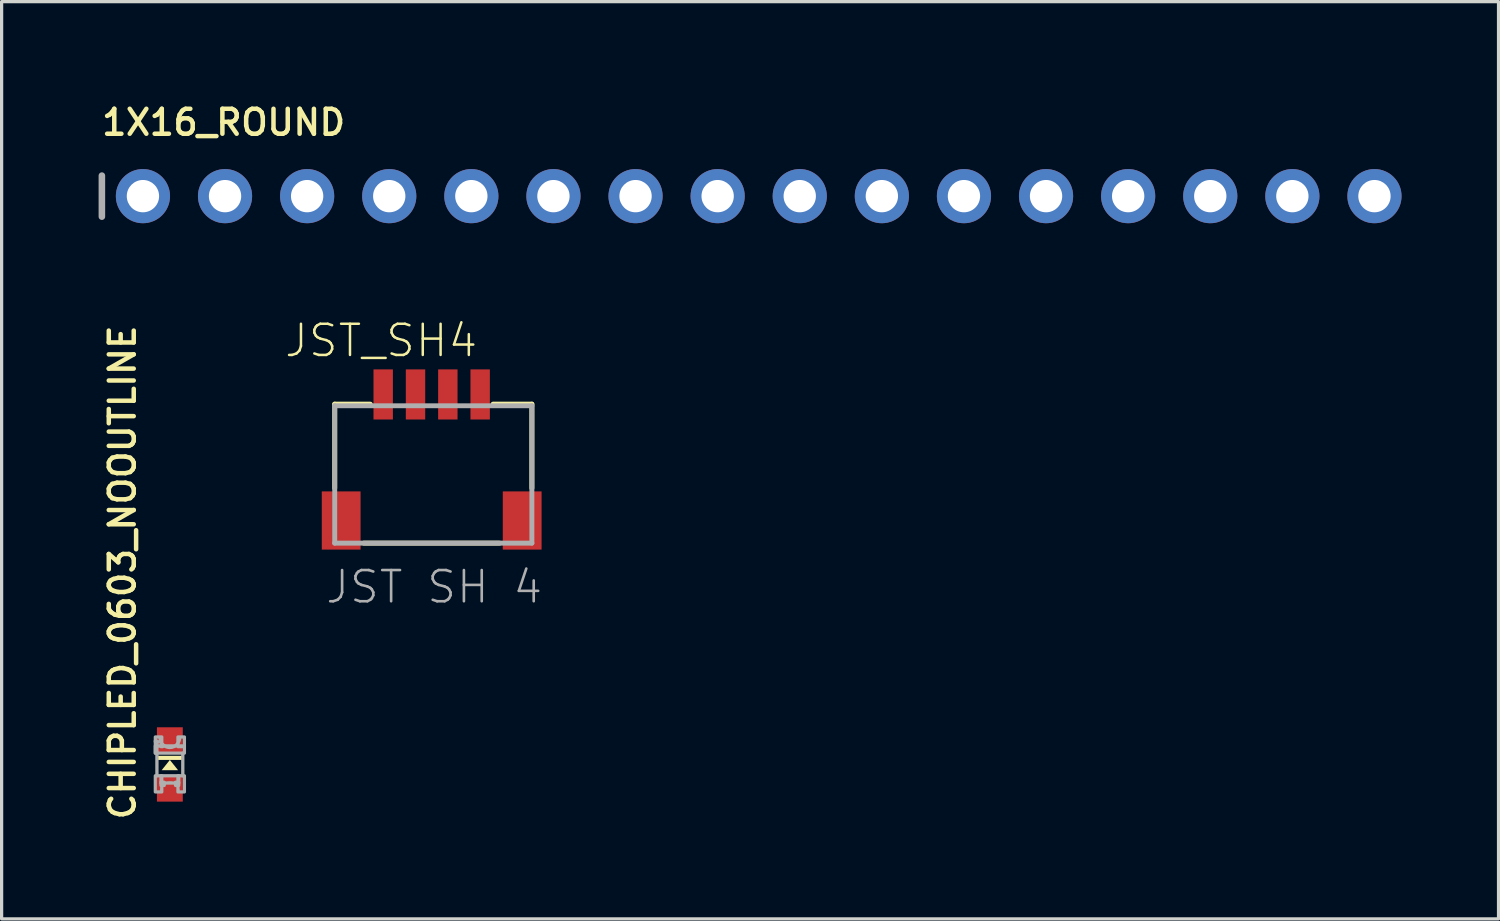
<source format=kicad_pcb>
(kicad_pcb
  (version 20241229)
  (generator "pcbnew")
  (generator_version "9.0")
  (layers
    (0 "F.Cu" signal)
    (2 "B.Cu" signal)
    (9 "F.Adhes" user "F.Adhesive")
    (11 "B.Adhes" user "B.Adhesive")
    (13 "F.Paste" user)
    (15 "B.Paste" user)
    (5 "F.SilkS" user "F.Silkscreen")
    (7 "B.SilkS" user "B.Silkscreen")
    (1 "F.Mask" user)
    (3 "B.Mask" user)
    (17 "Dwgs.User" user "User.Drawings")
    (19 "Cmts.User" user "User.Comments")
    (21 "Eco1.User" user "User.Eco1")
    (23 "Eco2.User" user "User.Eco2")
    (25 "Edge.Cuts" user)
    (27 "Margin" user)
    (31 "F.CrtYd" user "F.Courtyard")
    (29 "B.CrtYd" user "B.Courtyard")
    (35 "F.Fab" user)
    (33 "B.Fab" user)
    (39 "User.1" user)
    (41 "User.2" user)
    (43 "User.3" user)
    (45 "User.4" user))
  (footprint "CHIPLED_0603_NOOUTLINE"
    (layer "F.Cu")
    (at 2.205 20.6)
    (property "Reference" "CHIPLED_0603_NOOUTLINE" (at -1.016 1.778 90) (layer "F.SilkS") (effects (font (size 0.772 0.772) (thickness 0.139)) (justify left bottom)))
    (attr through_hole)
    (fp_poly (pts (xy 0 -0.14) (xy -0.254 0.178) (xy 0.254 0.178)) (stroke (width 0) (type solid)) (fill yes) (layer "F.SilkS"))
    (fp_poly (pts (xy -0.381 -0.14) (xy 0.381 -0.14) (xy 0.381 -0.267) (xy -0.381 -0.267)) (stroke (width 0) (type solid)) (fill yes) (layer "F.SilkS"))
    (fp_line (start -0.4 -0.375) (end -0.4 0.35) (stroke (width 0.102) (type solid)) (layer "F.Fab"))
    (fp_line (start 0.4 -0.35) (end 0.4 0.35) (stroke (width 0.102) (type solid)) (layer "F.Fab"))
    (fp_arc (start -0.275 0.825) (mid 0 0.55) (end 0.275 0.825) (stroke (width 0.0508) (type solid)) (layer "F.Fab"))
    (fp_arc (start 0.3 -0.799998) (mid -0.000001 -0.524966) (end -0.3 -0.8) (stroke (width 0.1016) (type solid)) (layer "F.Fab"))
    (fp_circle (center -0.35 -0.625) (end -0.275 -0.625) (stroke (width 0.051) (type solid)) (fill no) (layer "F.Fab"))
    (fp_poly (pts (xy -0.45 -0.7) (xy -0.25 -0.7) (xy -0.25 -0.85) (xy -0.45 -0.85)) (stroke (width 0.1) (type solid)) (fill no) (layer "F.Fab"))
    (fp_poly (pts (xy -0.45 -0.35) (xy -0.4 -0.35) (xy -0.4 -0.725) (xy -0.45 -0.725)) (stroke (width 0.1) (type solid)) (fill no) (layer "F.Fab"))
    (fp_poly (pts (xy -0.45 -0.35) (xy 0.45 -0.35) (xy 0.45 -0.575) (xy -0.45 -0.575)) (stroke (width 0.1) (type solid)) (fill no) (layer "F.Fab"))
    (fp_poly (pts (xy -0.45 0.85) (xy -0.25 0.85) (xy -0.25 0.35) (xy -0.45 0.35)) (stroke (width 0.1) (type solid)) (fill no) (layer "F.Fab"))
    (fp_poly (pts (xy -0.275 -0.55) (xy -0.225 -0.55) (xy -0.225 -0.6) (xy -0.275 -0.6)) (stroke (width 0.1) (type solid)) (fill no) (layer "F.Fab"))
    (fp_poly (pts (xy -0.275 0.575) (xy 0.275 0.575) (xy 0.275 0.35) (xy -0.275 0.35)) (stroke (width 0.1) (type solid)) (fill no) (layer "F.Fab"))
    (fp_poly (pts (xy -0.275 0.65) (xy -0.175 0.65) (xy -0.175 0.55) (xy -0.275 0.55)) (stroke (width 0.1) (type solid)) (fill no) (layer "F.Fab"))
    (fp_poly (pts (xy 0.175 0.65) (xy 0.275 0.65) (xy 0.275 0.55) (xy 0.175 0.55)) (stroke (width 0.1) (type solid)) (fill no) (layer "F.Fab"))
    (fp_poly (pts (xy 0.25 -0.55) (xy 0.45 -0.55) (xy 0.45 -0.85) (xy 0.25 -0.85)) (stroke (width 0.1) (type solid)) (fill no) (layer "F.Fab"))
    (fp_poly (pts (xy 0.25 0.85) (xy 0.45 0.85) (xy 0.45 0.35) (xy 0.25 0.35)) (stroke (width 0.1) (type solid)) (fill no) (layer "F.Fab"))
    (pad "A" smd rect (at 0 0.75) (size 0.8 0.8) (layers "F.Cu" "F.Mask" "F.Paste"))
    (pad "C" smd rect (at 0 -0.75) (size 0.8 0.8) (layers "F.Cu" "F.Mask" "F.Paste")))
  (footprint "1X16_ROUND"
    (layer "F.Cu")
    (at 20.422 3.018)
    (property "Reference" "1X16_ROUND" (at -20.396 -1.829 180) (layer "F.SilkS") (effects (font (size 0.772 0.772) (thickness 0.139)) (justify left bottom)))
    (attr through_hole)
    (fp_line (start -20.32 -0.635) (end -20.32 0.635) (stroke (width 0.203) (type solid)) (layer "F.Fab"))
    (fp_poly (pts (xy -19.304 0.254) (xy -18.796 0.254) (xy -18.796 -0.254) (xy -19.304 -0.254)) (stroke (width 0.1) (type solid)) (fill no) (layer "F.Fab"))
    (fp_poly (pts (xy -16.764 0.254) (xy -16.256 0.254) (xy -16.256 -0.254) (xy -16.764 -0.254)) (stroke (width 0.1) (type solid)) (fill no) (layer "F.Fab"))
    (fp_poly (pts (xy -14.224 0.254) (xy -13.716 0.254) (xy -13.716 -0.254) (xy -14.224 -0.254)) (stroke (width 0.1) (type solid)) (fill no) (layer "F.Fab"))
    (fp_poly (pts (xy -11.684 0.254) (xy -11.176 0.254) (xy -11.176 -0.254) (xy -11.684 -0.254)) (stroke (width 0.1) (type solid)) (fill no) (layer "F.Fab"))
    (fp_poly (pts (xy -9.144 0.254) (xy -8.636 0.254) (xy -8.636 -0.254) (xy -9.144 -0.254)) (stroke (width 0.1) (type solid)) (fill no) (layer "F.Fab"))
    (fp_poly (pts (xy -6.604 0.254) (xy -6.096 0.254) (xy -6.096 -0.254) (xy -6.604 -0.254)) (stroke (width 0.1) (type solid)) (fill no) (layer "F.Fab"))
    (fp_poly (pts (xy -4.064 0.254) (xy -3.556 0.254) (xy -3.556 -0.254) (xy -4.064 -0.254)) (stroke (width 0.1) (type solid)) (fill no) (layer "F.Fab"))
    (fp_poly (pts (xy -1.524 0.254) (xy -1.016 0.254) (xy -1.016 -0.254) (xy -1.524 -0.254)) (stroke (width 0.1) (type solid)) (fill no) (layer "F.Fab"))
    (fp_poly (pts (xy 1.016 0.254) (xy 1.524 0.254) (xy 1.524 -0.254) (xy 1.016 -0.254)) (stroke (width 0.1) (type solid)) (fill no) (layer "F.Fab"))
    (fp_poly (pts (xy 3.556 0.254) (xy 4.064 0.254) (xy 4.064 -0.254) (xy 3.556 -0.254)) (stroke (width 0.1) (type solid)) (fill no) (layer "F.Fab"))
    (fp_poly (pts (xy 6.096 0.254) (xy 6.604 0.254) (xy 6.604 -0.254) (xy 6.096 -0.254)) (stroke (width 0.1) (type solid)) (fill no) (layer "F.Fab"))
    (fp_poly (pts (xy 8.636 0.254) (xy 9.144 0.254) (xy 9.144 -0.254) (xy 8.636 -0.254)) (stroke (width 0.1) (type solid)) (fill no) (layer "F.Fab"))
    (fp_poly (pts (xy 11.176 0.254) (xy 11.684 0.254) (xy 11.684 -0.254) (xy 11.176 -0.254)) (stroke (width 0.1) (type solid)) (fill no) (layer "F.Fab"))
    (fp_poly (pts (xy 13.716 0.254) (xy 14.224 0.254) (xy 14.224 -0.254) (xy 13.716 -0.254)) (stroke (width 0.1) (type solid)) (fill no) (layer "F.Fab"))
    (fp_poly (pts (xy 16.256 0.254) (xy 16.764 0.254) (xy 16.764 -0.254) (xy 16.256 -0.254)) (stroke (width 0.1) (type solid)) (fill no) (layer "F.Fab"))
    (fp_poly (pts (xy 18.796 0.254) (xy 19.304 0.254) (xy 19.304 -0.254) (xy 18.796 -0.254)) (stroke (width 0.1) (type solid)) (fill no) (layer "F.Fab"))
    (pad "1" thru_hole circle (at -19.05 0 90) (size 1.676 1.676) (drill 1) (layers "*.Cu" "*.Mask"))
    (pad "2" thru_hole circle (at -16.51 0 90) (size 1.676 1.676) (drill 1) (layers "*.Cu" "*.Mask"))
    (pad "3" thru_hole circle (at -13.97 0 90) (size 1.676 1.676) (drill 1) (layers "*.Cu" "*.Mask"))
    (pad "4" thru_hole circle (at -11.43 0 90) (size 1.676 1.676) (drill 1) (layers "*.Cu" "*.Mask"))
    (pad "5" thru_hole circle (at -8.89 0 90) (size 1.676 1.676) (drill 1) (layers "*.Cu" "*.Mask"))
    (pad "6" thru_hole circle (at -6.35 0 90) (size 1.676 1.676) (drill 1) (layers "*.Cu" "*.Mask"))
    (pad "7" thru_hole circle (at -3.81 0 90) (size 1.676 1.676) (drill 1) (layers "*.Cu" "*.Mask"))
    (pad "8" thru_hole circle (at -1.27 0 90) (size 1.676 1.676) (drill 1) (layers "*.Cu" "*.Mask"))
    (pad "9" thru_hole circle (at 1.27 0 90) (size 1.676 1.676) (drill 1) (layers "*.Cu" "*.Mask"))
    (pad "10" thru_hole circle (at 3.81 0 90) (size 1.676 1.676) (drill 1) (layers "*.Cu" "*.Mask"))
    (pad "11" thru_hole circle (at 6.35 0 90) (size 1.676 1.676) (drill 1) (layers "*.Cu" "*.Mask"))
    (pad "12" thru_hole circle (at 8.89 0 90) (size 1.676 1.676) (drill 1) (layers "*.Cu" "*.Mask"))
    (pad "13" thru_hole circle (at 11.43 0 90) (size 1.676 1.676) (drill 1) (layers "*.Cu" "*.Mask"))
    (pad "14" thru_hole circle (at 13.97 0 90) (size 1.676 1.676) (drill 1) (layers "*.Cu" "*.Mask"))
    (pad "15" thru_hole circle (at 16.51 0 90) (size 1.676 1.676) (drill 1) (layers "*.Cu" "*.Mask"))
    (pad "16" thru_hole circle (at 19.05 0 90) (size 1.676 1.676) (drill 1) (layers "*.Cu" "*.Mask")))
  (footprint "JST_SH4"
    (layer "F.Cu")
    (at 10.305 11.667)
    (property "Reference" "JST_SH4" (at -4.6 -3.614 0) (layer "F.SilkS") (effects (font (size 0.965 0.965) (thickness 0.077)) (justify left bottom)))
    (attr through_hole)
    (fp_line (start -3 -2.214) (end -1.9 -2.214) (stroke (width 0.152) (type solid)) (layer "F.SilkS"))
    (fp_line (start -3 0.386) (end -3 -2.214) (stroke (width 0.152) (type solid)) (layer "F.SilkS"))
    (fp_line (start -2.1 2.086) (end 2.1 2.086) (stroke (width 0.152) (type solid)) (layer "F.SilkS"))
    (fp_line (start 1.9 -2.214) (end 3.1 -2.214) (stroke (width 0.152) (type solid)) (layer "F.SilkS"))
    (fp_line (start 3.1 -2.214) (end 3.1 0.386) (stroke (width 0.152) (type solid)) (layer "F.SilkS"))
    (fp_line (start -3 -2.164) (end 3.1 -2.164) (stroke (width 0.152) (type solid)) (layer "F.Fab"))
    (fp_line (start -3 2.086) (end -3 -2.164) (stroke (width 0.152) (type solid)) (layer "F.Fab"))
    (fp_line (start 3.1 -2.164) (end 3.1 2.086) (stroke (width 0.152) (type solid)) (layer "F.Fab"))
    (fp_line (start 3.1 2.086) (end -3 2.086) (stroke (width 0.152) (type solid)) (layer "F.Fab"))
    (fp_text user "JST SH 4" (at -3.33 4.006 0) (layer "F.Fab") (effects (font (size 0.965 0.965) (thickness 0.081)) (justify left bottom)))
    (pad "1" smd rect (at -1.5 -2.514 90) (size 1.55 0.6) (layers "F.Cu" "F.Mask" "F.Paste"))
    (pad "2" smd rect (at -0.5 -2.514 90) (size 1.55 0.6) (layers "F.Cu" "F.Mask" "F.Paste"))
    (pad "3" smd rect (at 0.5 -2.514 90) (size 1.55 0.6) (layers "F.Cu" "F.Mask" "F.Paste"))
    (pad "4" smd rect (at 1.5 -2.514 90) (size 1.55 0.6) (layers "F.Cu" "F.Mask" "F.Paste"))
    (pad "MT1" smd rect (at -2.8 1.386 90) (size 1.8 1.2) (layers "F.Cu" "F.Mask" "F.Paste"))
    (pad "MT2" smd rect (at 2.8 1.386 90) (size 1.8 1.2) (layers "F.Cu" "F.Mask" "F.Paste")))
  (gr_rect
    (start -3 -3)
    (end 43.31 25.378)
    (stroke (width 0.1) (type default))
    (fill no)
    (layer "Edge.Cuts")))
</source>
